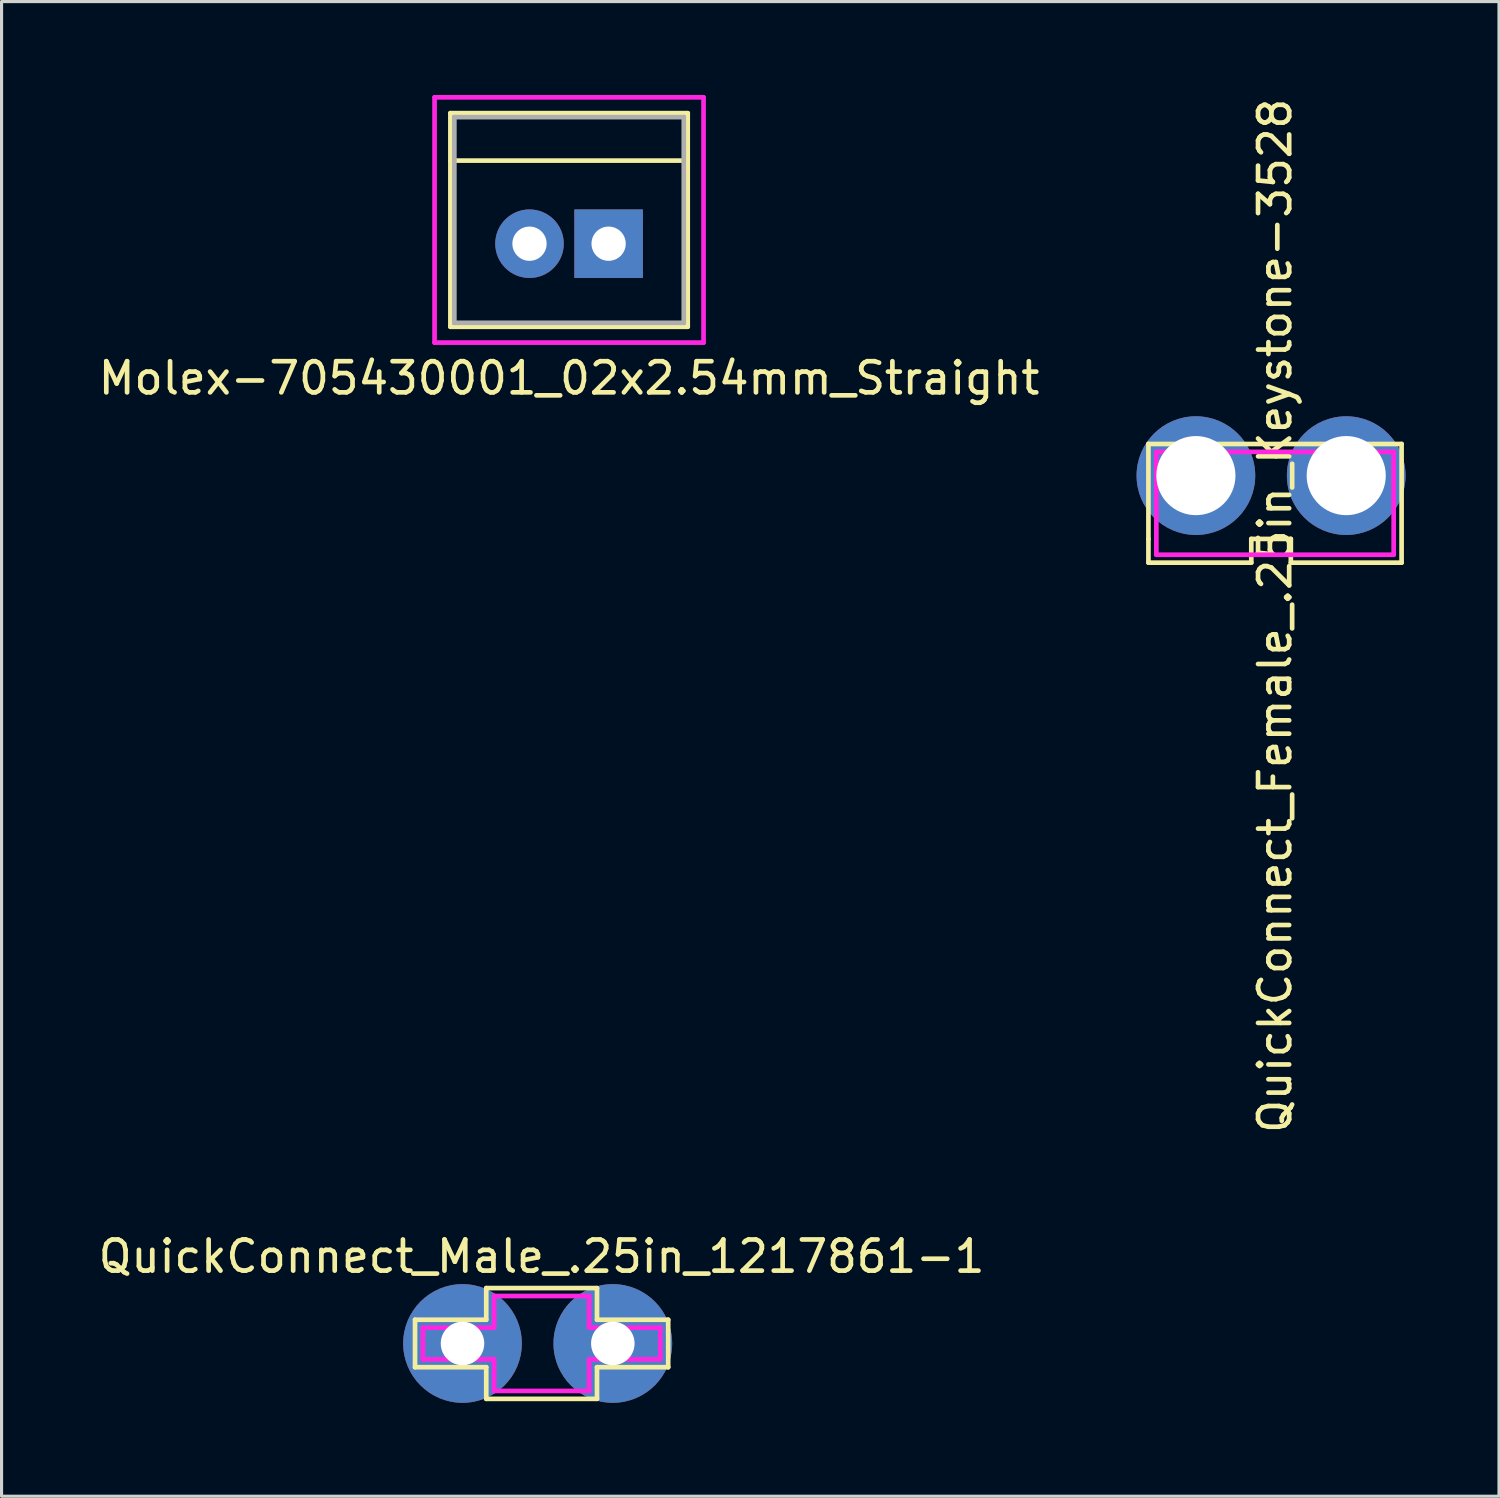
<source format=kicad_pcb>
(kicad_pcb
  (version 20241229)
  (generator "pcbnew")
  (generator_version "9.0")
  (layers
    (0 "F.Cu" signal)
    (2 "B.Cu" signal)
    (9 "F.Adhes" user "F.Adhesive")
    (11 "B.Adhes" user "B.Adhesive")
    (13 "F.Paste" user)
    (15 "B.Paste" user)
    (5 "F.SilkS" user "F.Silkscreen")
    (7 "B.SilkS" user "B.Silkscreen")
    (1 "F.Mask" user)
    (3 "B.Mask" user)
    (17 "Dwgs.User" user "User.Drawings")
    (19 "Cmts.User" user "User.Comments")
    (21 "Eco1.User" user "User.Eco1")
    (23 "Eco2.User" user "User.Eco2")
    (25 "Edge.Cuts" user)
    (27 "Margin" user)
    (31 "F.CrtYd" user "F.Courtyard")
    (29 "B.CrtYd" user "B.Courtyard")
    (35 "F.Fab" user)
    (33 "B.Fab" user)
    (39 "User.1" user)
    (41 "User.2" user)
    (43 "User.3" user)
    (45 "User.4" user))
  (footprint "QuickConnect_Female_.25in_Keystone-3528"
    (layer "F.Cu")
    (at 37.885 12.22)
    (property "Reference" "QuickConnect_Female_.25in_Keystone-3528" (at 0 4.5 90) (layer "F.SilkS") (effects (font (size 1 1) (thickness 0.15))))
    (attr through_hole)
    (fp_line (start -4.064 -1.016) (end -4.064 2.032) (stroke (width 0.15) (type solid)) (layer "F.SilkS"))
    (fp_line (start -4.064 2.032) (end -4.064 2.794) (stroke (width 0.15) (type solid)) (layer "F.SilkS"))
    (fp_line (start -4.064 2.794) (end -0.762 2.794) (stroke (width 0.15) (type solid)) (layer "F.SilkS"))
    (fp_line (start -0.762 2.032) (end 0.508 2.032) (stroke (width 0.15) (type solid)) (layer "F.SilkS"))
    (fp_line (start -0.762 2.794) (end -0.762 2.032) (stroke (width 0.15) (type solid)) (layer "F.SilkS"))
    (fp_line (start 0.508 2.032) (end 0.508 2.794) (stroke (width 0.15) (type solid)) (layer "F.SilkS"))
    (fp_line (start 0.508 2.794) (end 4.064 2.794) (stroke (width 0.15) (type solid)) (layer "F.SilkS"))
    (fp_line (start 4.064 -1.016) (end -4.064 -1.016) (stroke (width 0.15) (type solid)) (layer "F.SilkS"))
    (fp_line (start 4.064 2.794) (end 4.064 -1.016) (stroke (width 0.15) (type solid)) (layer "F.SilkS"))
    (fp_line (start -3.81 -0.762) (end -3.81 2.54) (stroke (width 0.15) (type solid)) (layer "F.CrtYd"))
    (fp_line (start -3.81 2.54) (end 3.81 2.54) (stroke (width 0.15) (type solid)) (layer "F.CrtYd"))
    (fp_line (start 3.81 -0.762) (end -3.81 -0.762) (stroke (width 0.15) (type solid)) (layer "F.CrtYd"))
    (fp_line (start 3.81 2.54) (end 3.81 -0.762) (stroke (width 0.15) (type solid)) (layer "F.CrtYd"))
    (pad "1" thru_hole circle (at -2.54 0) (size 3.81 3.81) (drill 2.54) (layers "*.Cu" "*.Mask"))
    (pad "1" thru_hole circle (at 2.286 0) (size 3.81 3.81) (drill 2.54) (layers "*.Cu" "*.Mask")))
  (footprint "QuickConnect_Male_.25in_1217861-1"
    (layer "F.Cu")
    (at 14.339 40.083)
    (property "Reference" "QuickConnect_Male_.25in_1217861-1" (at 0 -2.794 0) (layer "F.SilkS") (effects (font (size 1 1) (thickness 0.15))))
    (attr through_hole)
    (fp_line (start -4.064 -0.762) (end -4.064 0.762) (stroke (width 0.15) (type solid)) (layer "F.SilkS"))
    (fp_line (start -4.064 0.762) (end -1.778 0.762) (stroke (width 0.15) (type solid)) (layer "F.SilkS"))
    (fp_line (start -1.778 -1.778) (end -1.778 -0.762) (stroke (width 0.15) (type solid)) (layer "F.SilkS"))
    (fp_line (start -1.778 -0.762) (end -4.064 -0.762) (stroke (width 0.15) (type solid)) (layer "F.SilkS"))
    (fp_line (start -1.778 0.762) (end -1.778 1.778) (stroke (width 0.15) (type solid)) (layer "F.SilkS"))
    (fp_line (start -1.778 1.778) (end 1.778 1.778) (stroke (width 0.15) (type solid)) (layer "F.SilkS"))
    (fp_line (start 1.778 -1.778) (end -1.778 -1.778) (stroke (width 0.15) (type solid)) (layer "F.SilkS"))
    (fp_line (start 1.778 -0.762) (end 1.778 -1.778) (stroke (width 0.15) (type solid)) (layer "F.SilkS"))
    (fp_line (start 1.778 0.762) (end 4.064 0.762) (stroke (width 0.15) (type solid)) (layer "F.SilkS"))
    (fp_line (start 1.778 1.778) (end 1.778 0.762) (stroke (width 0.15) (type solid)) (layer "F.SilkS"))
    (fp_line (start 4.064 -0.762) (end 1.778 -0.762) (stroke (width 0.15) (type solid)) (layer "F.SilkS"))
    (fp_line (start 4.064 0.762) (end 4.064 -0.762) (stroke (width 0.15) (type solid)) (layer "F.SilkS"))
    (fp_line (start -3.81 -0.508) (end -3.81 0.508) (stroke (width 0.15) (type solid)) (layer "F.CrtYd"))
    (fp_line (start -3.81 0.508) (end -1.524 0.508) (stroke (width 0.15) (type solid)) (layer "F.CrtYd"))
    (fp_line (start -1.524 -1.524) (end -1.524 -0.508) (stroke (width 0.15) (type solid)) (layer "F.CrtYd"))
    (fp_line (start -1.524 -0.508) (end -3.81 -0.508) (stroke (width 0.15) (type solid)) (layer "F.CrtYd"))
    (fp_line (start -1.524 0.508) (end -1.524 1.524) (stroke (width 0.15) (type solid)) (layer "F.CrtYd"))
    (fp_line (start -1.524 1.524) (end 1.524 1.524) (stroke (width 0.15) (type solid)) (layer "F.CrtYd"))
    (fp_line (start 1.524 -1.524) (end -1.524 -1.524) (stroke (width 0.15) (type solid)) (layer "F.CrtYd"))
    (fp_line (start 1.524 -0.508) (end 1.524 -1.524) (stroke (width 0.15) (type solid)) (layer "F.CrtYd"))
    (fp_line (start 1.524 0.508) (end 3.81 0.508) (stroke (width 0.15) (type solid)) (layer "F.CrtYd"))
    (fp_line (start 1.524 1.524) (end 1.524 0.508) (stroke (width 0.15) (type solid)) (layer "F.CrtYd"))
    (fp_line (start 3.81 -0.508) (end 1.524 -0.508) (stroke (width 0.15) (type solid)) (layer "F.CrtYd"))
    (fp_line (start 3.81 0.508) (end 3.81 -0.508) (stroke (width 0.15) (type solid)) (layer "F.CrtYd"))
    (pad "1" thru_hole circle (at -2.54 0) (size 3.81 3.81) (drill 1.397) (layers "*.Cu" "*.Mask"))
    (pad "1" thru_hole circle (at 2.286 0) (size 3.81 3.81) (drill 1.397) (layers "*.Cu" "*.Mask")))
  (footprint "Molex-705430001_02x2.54mm_Straight"
    (layer "F.Cu")
    (at 15.22 4.774)
    (property "Reference" "Molex-705430001_02x2.54mm_Straight" (at 0 4.318 0) (layer "F.SilkS") (effects (font (size 1 1) (thickness 0.15))))
    (attr through_hole)
    (fp_line (start -3.81 -4.191) (end -3.81 2.667) (stroke (width 0.15) (type solid)) (layer "F.SilkS"))
    (fp_line (start -3.81 2.667) (end 3.81 2.667) (stroke (width 0.15) (type solid)) (layer "F.SilkS"))
    (fp_line (start 3.81 -4.191) (end -3.81 -4.191) (stroke (width 0.15) (type solid)) (layer "F.SilkS"))
    (fp_line (start 3.81 -2.667) (end -3.81 -2.667) (stroke (width 0.15) (type solid)) (layer "F.SilkS"))
    (fp_line (start 3.81 2.667) (end 3.81 -4.191) (stroke (width 0.15) (type solid)) (layer "F.SilkS"))
    (fp_line (start -4.318 -4.699) (end -4.318 3.175) (stroke (width 0.15) (type solid)) (layer "F.CrtYd"))
    (fp_line (start -4.318 3.175) (end 4.318 3.175) (stroke (width 0.15) (type solid)) (layer "F.CrtYd"))
    (fp_line (start 4.318 -4.699) (end -4.318 -4.699) (stroke (width 0.15) (type solid)) (layer "F.CrtYd"))
    (fp_line (start 4.318 3.175) (end 4.318 -4.699) (stroke (width 0.15) (type solid)) (layer "F.CrtYd"))
    (fp_line (start -3.683 -4.064) (end -3.683 2.54) (stroke (width 0.15) (type solid)) (layer "F.Fab"))
    (fp_line (start -3.683 2.54) (end 3.683 2.54) (stroke (width 0.15) (type solid)) (layer "F.Fab"))
    (fp_line (start 3.683 -4.064) (end -3.683 -4.064) (stroke (width 0.15) (type solid)) (layer "F.Fab"))
    (fp_line (start 3.683 2.54) (end 3.683 -4.064) (stroke (width 0.15) (type solid)) (layer "F.Fab"))
    (pad "1" thru_hole rect (at 1.27 0) (size 2.2 2.2) (drill 1.1) (layers "*.Cu" "*.Mask"))
    (pad "2" thru_hole circle (at -1.27 0) (size 2.2 2.2) (drill 1.1) (layers "*.Cu" "*.Mask")))
  (gr_rect
    (start -3 -3)
    (end 45.076 44.988)
    (stroke (width 0.1) (type default))
    (fill no)
    (layer "Edge.Cuts")))
</source>
